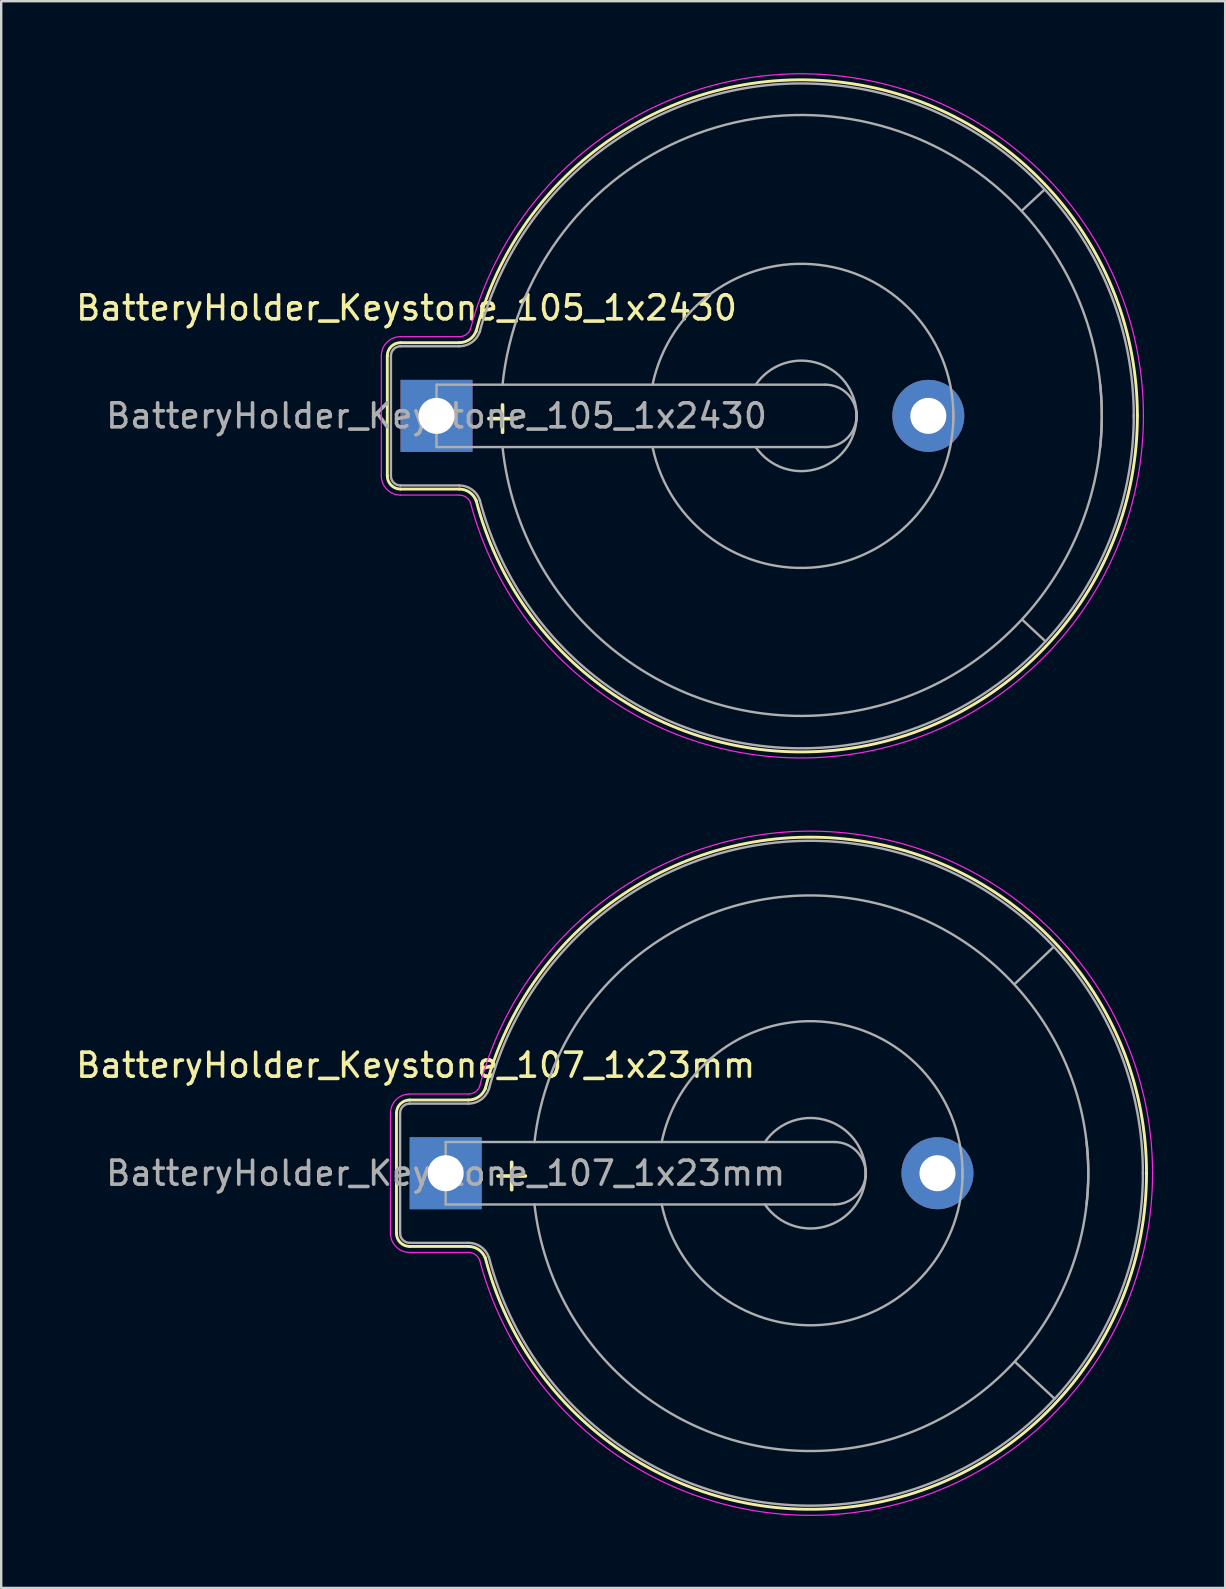
<source format=kicad_pcb>
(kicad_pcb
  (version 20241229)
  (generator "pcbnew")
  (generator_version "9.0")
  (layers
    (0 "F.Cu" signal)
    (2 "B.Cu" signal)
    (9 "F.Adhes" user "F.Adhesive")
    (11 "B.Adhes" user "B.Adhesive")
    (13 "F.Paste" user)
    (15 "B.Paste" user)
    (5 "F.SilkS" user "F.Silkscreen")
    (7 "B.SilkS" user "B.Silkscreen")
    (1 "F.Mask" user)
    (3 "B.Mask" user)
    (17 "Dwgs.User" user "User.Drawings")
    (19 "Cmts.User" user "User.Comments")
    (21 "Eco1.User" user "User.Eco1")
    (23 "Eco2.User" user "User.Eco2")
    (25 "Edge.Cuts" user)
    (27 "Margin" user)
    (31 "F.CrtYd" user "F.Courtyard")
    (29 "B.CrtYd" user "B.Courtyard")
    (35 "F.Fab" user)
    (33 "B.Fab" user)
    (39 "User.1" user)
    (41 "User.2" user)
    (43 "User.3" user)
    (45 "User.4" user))
  (footprint "BatteryHolder_Keystone_105_1x2430"
    (layer "F.Cu")
    (at 15.137 14.277)
    (property "Reference" "BatteryHolder_Keystone_105_1x2430" (at -1.25 -4.5 0) (layer "F.SilkS") (effects (font (size 1 1) (thickness 0.15))))
    (attr through_hole)
    (fp_line (start -2.05 -2.5) (end -2.05 2.5) (stroke (width 0.12) (type solid)) (layer "F.SilkS"))
    (fp_line (start -1.5 3.05) (end 0.95 3.05) (stroke (width 0.12) (type solid)) (layer "F.SilkS"))
    (fp_line (start 0.95 -3.05) (end -1.5 -3.05) (stroke (width 0.12) (type solid)) (layer "F.SilkS"))
    (fp_arc (start -2.05 -2.5) (mid -1.888909 -2.888909) (end -1.5 -3.05) (stroke (width 0.12) (type solid)) (layer "F.SilkS"))
    (fp_arc (start -1.5 3.05) (mid -1.888909 2.888909) (end -2.05 2.5) (stroke (width 0.12) (type solid)) (layer "F.SilkS"))
    (fp_arc (start 0.95 3.05) (mid 1.380182 3.185636) (end 1.654769 3.543485) (stroke (width 0.12) (type solid)) (layer "F.SilkS"))
    (fp_arc (start 1.65 -3.52) (mid 16.981862 -13.885887) (end 29.199738 0.015231) (stroke (width 0.12) (type solid)) (layer "F.SilkS"))
    (fp_arc (start 1.654769 -3.543485) (mid 1.380182 -3.185636) (end 0.95 -3.05) (stroke (width 0.12) (type solid)) (layer "F.SilkS"))
    (fp_arc (start 29.199738 -0.015231) (mid 16.981862 13.885887) (end 1.65 3.52) (stroke (width 0.12) (type solid)) (layer "F.SilkS"))
    (fp_line (start -2.3 -2.5) (end -2.3 2.5) (stroke (width 0.05) (type solid)) (layer "F.CrtYd"))
    (fp_line (start -1.5 3.3) (end 0.95 3.3) (stroke (width 0.05) (type solid)) (layer "F.CrtYd"))
    (fp_line (start 0.95 -3.3) (end -1.5 -3.3) (stroke (width 0.05) (type solid)) (layer "F.CrtYd"))
    (fp_arc (start -2.3 -2.5) (mid -2.065685 -3.065685) (end -1.5 -3.3) (stroke (width 0.05) (type solid)) (layer "F.CrtYd"))
    (fp_arc (start -1.5 3.3) (mid -2.065685 3.065685) (end -2.3 2.5) (stroke (width 0.05) (type solid)) (layer "F.CrtYd"))
    (fp_arc (start 0.95 3.3) (mid 1.236788 3.390424) (end 1.419846 3.62899) (stroke (width 0.05) (type solid)) (layer "F.CrtYd"))
    (fp_arc (start 1.41 -3.6) (mid 17.030934 -14.134065) (end 29.452124 0.032591) (stroke (width 0.05) (type solid)) (layer "F.CrtYd"))
    (fp_arc (start 1.419846 -3.62899) (mid 1.236788 -3.390424) (end 0.95 -3.3) (stroke (width 0.05) (type solid)) (layer "F.CrtYd"))
    (fp_arc (start 29.452124 -0.032591) (mid 17.030934 14.134065) (end 1.41 3.6) (stroke (width 0.05) (type solid)) (layer "F.CrtYd"))
    (fp_line (start -1.9 -2.5) (end -1.9 2.5) (stroke (width 0.1) (type solid)) (layer "F.Fab"))
    (fp_line (start -1.5 2.9) (end 0.95 2.9) (stroke (width 0.1) (type solid)) (layer "F.Fab"))
    (fp_line (start 0 -1.3) (end 0 1.3) (stroke (width 0.1) (type solid)) (layer "F.Fab"))
    (fp_line (start 0 1.3) (end 16.2 1.3) (stroke (width 0.1) (type solid)) (layer "F.Fab"))
    (fp_line (start 0.95 -2.9) (end -1.5 -2.9) (stroke (width 0.1) (type solid)) (layer "F.Fab"))
    (fp_line (start 16.2 -1.3) (end 0 -1.3) (stroke (width 0.1) (type solid)) (layer "F.Fab"))
    (fp_line (start 24.384 -8.547) (end 25.299 -9.399) (stroke (width 0.1) (type solid)) (layer "F.Fab"))
    (fp_line (start 24.409 8.496) (end 25.375 9.398) (stroke (width 0.1) (type solid)) (layer "F.Fab"))
    (fp_arc (start -1.9 -2.5) (mid -1.782843 -2.782843) (end -1.5 -2.9) (stroke (width 0.1) (type solid)) (layer "F.Fab"))
    (fp_arc (start -1.5 2.9) (mid -1.782843 2.782843) (end -1.9 2.5) (stroke (width 0.1) (type solid)) (layer "F.Fab"))
    (fp_arc (start 0.95 2.9) (mid 1.466219 3.062763) (end 1.795723 3.492182) (stroke (width 0.1) (type solid)) (layer "F.Fab"))
    (fp_arc (start 1.795723 -3.492182) (mid 1.466219 -3.062763) (end 0.95 -2.9) (stroke (width 0.1) (type solid)) (layer "F.Fab"))
    (fp_arc (start 1.8 -3.5) (mid 16.980951 -13.734563) (end 29.049508 0.033425) (stroke (width 0.1) (type solid)) (layer "F.Fab"))
    (fp_arc (start 2.75 -1.3) (mid 16.5 -12.45) (end 27.65 1.3) (stroke (width 0.1) (type solid)) (layer "F.Fab"))
    (fp_arc (start 9 -1.3) (mid 15.954687 -6.28971) (end 21.531551 0.203631) (stroke (width 0.1) (type solid)) (layer "F.Fab"))
    (fp_arc (start 13.3 -1.3) (mid 15.963947 -2.171724) (end 17.495448 0.175833) (stroke (width 0.1) (type solid)) (layer "F.Fab"))
    (fp_arc (start 16.2 -1.3) (mid 17.5 0) (end 16.2 1.3) (stroke (width 0.1) (type solid)) (layer "F.Fab"))
    (fp_arc (start 17.495448 -0.175833) (mid 15.963947 2.171724) (end 13.3 1.3) (stroke (width 0.1) (type solid)) (layer "F.Fab"))
    (fp_arc (start 21.531551 -0.203631) (mid 15.954687 6.28971) (end 9 1.3) (stroke (width 0.1) (type solid)) (layer "F.Fab"))
    (fp_arc (start 27.65 -1.3) (mid 16.5 12.45) (end 2.75 1.3) (stroke (width 0.1) (type solid)) (layer "F.Fab"))
    (fp_arc (start 29.049508 -0.033425) (mid 16.980951 13.734562) (end 1.8 3.5) (stroke (width 0.1) (type solid)) (layer "F.Fab"))
    (fp_text user "+" (at 2.75 0 0) (layer "F.SilkS") (effects (font (size 1.5 1.5) (thickness 0.15))))
    (fp_text user "${REFERENCE}" (at 0 0 0) (layer "F.Fab") (effects (font (size 1 1) (thickness 0.15))))
    (pad "1" thru_hole rect (at 0 0) (size 3 3) (drill 1.5) (layers "*.Cu" "*.Mask"))
    (pad "2" thru_hole circle (at 20.49 0) (size 3 3) (drill 1.5) (layers "*.Cu" "*.Mask")))
  (footprint "BatteryHolder_Keystone_107_1x23mm"
    (layer "F.Cu")
    (at 15.518 45.831)
    (property "Reference" "BatteryHolder_Keystone_107_1x23mm" (at -1.25 -4.5 0) (layer "F.SilkS") (effects (font (size 1 1) (thickness 0.15))))
    (attr through_hole)
    (fp_line (start -2.05 -2.5) (end -2.05 2.5) (stroke (width 0.12) (type solid)) (layer "F.SilkS"))
    (fp_line (start -1.5 3.05) (end 0.95 3.05) (stroke (width 0.12) (type solid)) (layer "F.SilkS"))
    (fp_line (start 0.95 -3.05) (end -1.5 -3.05) (stroke (width 0.12) (type solid)) (layer "F.SilkS"))
    (fp_arc (start -2.05 -2.5) (mid -1.888909 -2.888909) (end -1.5 -3.05) (stroke (width 0.12) (type solid)) (layer "F.SilkS"))
    (fp_arc (start -1.5 3.05) (mid -1.888909 2.888909) (end -2.05 2.5) (stroke (width 0.12) (type solid)) (layer "F.SilkS"))
    (fp_arc (start 0.95 3.05) (mid 1.380182 3.185636) (end 1.654769 3.543485) (stroke (width 0.12) (type solid)) (layer "F.SilkS"))
    (fp_arc (start 1.65 -3.52) (mid 16.981862 -13.885887) (end 29.199738 0.015231) (stroke (width 0.12) (type solid)) (layer "F.SilkS"))
    (fp_arc (start 1.654769 -3.543485) (mid 1.380182 -3.185636) (end 0.95 -3.05) (stroke (width 0.12) (type solid)) (layer "F.SilkS"))
    (fp_arc (start 29.199738 -0.015231) (mid 16.981862 13.885887) (end 1.65 3.52) (stroke (width 0.12) (type solid)) (layer "F.SilkS"))
    (fp_line (start -2.3 -2.5) (end -2.3 2.5) (stroke (width 0.05) (type solid)) (layer "F.CrtYd"))
    (fp_line (start -1.5 3.3) (end 0.95 3.3) (stroke (width 0.05) (type solid)) (layer "F.CrtYd"))
    (fp_line (start 0.95 -3.3) (end -1.5 -3.3) (stroke (width 0.05) (type solid)) (layer "F.CrtYd"))
    (fp_arc (start -2.3 -2.5) (mid -2.065685 -3.065685) (end -1.5 -3.3) (stroke (width 0.05) (type solid)) (layer "F.CrtYd"))
    (fp_arc (start -1.5 3.3) (mid -2.065685 3.065685) (end -2.3 2.5) (stroke (width 0.05) (type solid)) (layer "F.CrtYd"))
    (fp_arc (start 0.95 3.3) (mid 1.236788 3.390424) (end 1.419846 3.62899) (stroke (width 0.05) (type solid)) (layer "F.CrtYd"))
    (fp_arc (start 1.41 -3.6) (mid 17.030934 -14.134065) (end 29.452124 0.032591) (stroke (width 0.05) (type solid)) (layer "F.CrtYd"))
    (fp_arc (start 1.419846 -3.62899) (mid 1.236788 -3.390424) (end 0.95 -3.3) (stroke (width 0.05) (type solid)) (layer "F.CrtYd"))
    (fp_arc (start 29.452124 -0.032591) (mid 17.030934 14.134065) (end 1.41 3.6) (stroke (width 0.05) (type solid)) (layer "F.CrtYd"))
    (fp_line (start -1.9 -2.5) (end -1.9 2.5) (stroke (width 0.1) (type solid)) (layer "F.Fab"))
    (fp_line (start -1.5 2.9) (end 0.95 2.9) (stroke (width 0.1) (type solid)) (layer "F.Fab"))
    (fp_line (start 0 -1.3) (end 0 1.3) (stroke (width 0.1) (type solid)) (layer "F.Fab"))
    (fp_line (start 0 1.3) (end 16.2 1.3) (stroke (width 0.1) (type solid)) (layer "F.Fab"))
    (fp_line (start 0.95 -2.9) (end -1.5 -2.9) (stroke (width 0.1) (type solid)) (layer "F.Fab"))
    (fp_line (start 16.2 -1.3) (end 0 -1.3) (stroke (width 0.1) (type solid)) (layer "F.Fab"))
    (fp_line (start 23.711 -7.887) (end 25.339 -9.439) (stroke (width 0.1) (type solid)) (layer "F.Fab"))
    (fp_line (start 23.724 7.861) (end 25.367 9.391) (stroke (width 0.1) (type solid)) (layer "F.Fab"))
    (fp_arc (start -1.9 -2.5) (mid -1.782843 -2.782843) (end -1.5 -2.9) (stroke (width 0.1) (type solid)) (layer "F.Fab"))
    (fp_arc (start -1.5 2.9) (mid -1.782843 2.782843) (end -1.9 2.5) (stroke (width 0.1) (type solid)) (layer "F.Fab"))
    (fp_arc (start 0.95 2.9) (mid 1.466219 3.062763) (end 1.795723 3.492182) (stroke (width 0.1) (type solid)) (layer "F.Fab"))
    (fp_arc (start 1.795723 -3.492182) (mid 1.466219 -3.062763) (end 0.95 -2.9) (stroke (width 0.1) (type solid)) (layer "F.Fab"))
    (fp_arc (start 1.8 -3.5) (mid 16.980951 -13.734563) (end 29.049508 0.033425) (stroke (width 0.1) (type solid)) (layer "F.Fab"))
    (fp_arc (start 3.7 -1.3) (mid 16.5 -11.5) (end 26.7 1.3) (stroke (width 0.1) (type solid)) (layer "F.Fab"))
    (fp_arc (start 9 -1.3) (mid 15.954687 -6.28971) (end 21.531551 0.203631) (stroke (width 0.1) (type solid)) (layer "F.Fab"))
    (fp_arc (start 13.3 -1.3) (mid 15.963947 -2.171724) (end 17.495448 0.175833) (stroke (width 0.1) (type solid)) (layer "F.Fab"))
    (fp_arc (start 16.2 -1.3) (mid 17.5 0) (end 16.2 1.3) (stroke (width 0.1) (type solid)) (layer "F.Fab"))
    (fp_arc (start 17.495448 -0.175833) (mid 15.963947 2.171724) (end 13.3 1.3) (stroke (width 0.1) (type solid)) (layer "F.Fab"))
    (fp_arc (start 21.531551 -0.203631) (mid 15.954687 6.28971) (end 9 1.3) (stroke (width 0.1) (type solid)) (layer "F.Fab"))
    (fp_arc (start 26.7 -1.3) (mid 16.5 11.5) (end 3.7 1.3) (stroke (width 0.1) (type solid)) (layer "F.Fab"))
    (fp_arc (start 29.049508 -0.033425) (mid 16.980951 13.734562) (end 1.8 3.5) (stroke (width 0.1) (type solid)) (layer "F.Fab"))
    (fp_text user "+" (at 2.75 0 0) (layer "F.SilkS") (effects (font (size 1.5 1.5) (thickness 0.15))))
    (fp_text user "${REFERENCE}" (at 0 0 0) (layer "F.Fab") (effects (font (size 1 1) (thickness 0.15))))
    (pad "1" thru_hole rect (at 0 0) (size 3 3) (drill 1.5) (layers "*.Cu" "*.Mask"))
    (pad "2" thru_hole circle (at 20.49 0) (size 3 3) (drill 1.5) (layers "*.Cu" "*.Mask")))
  (gr_rect
    (start -3 -3)
    (end 47.995 63.109)
    (stroke (width 0.1) (type default))
    (fill no)
    (layer "Edge.Cuts")))
</source>
